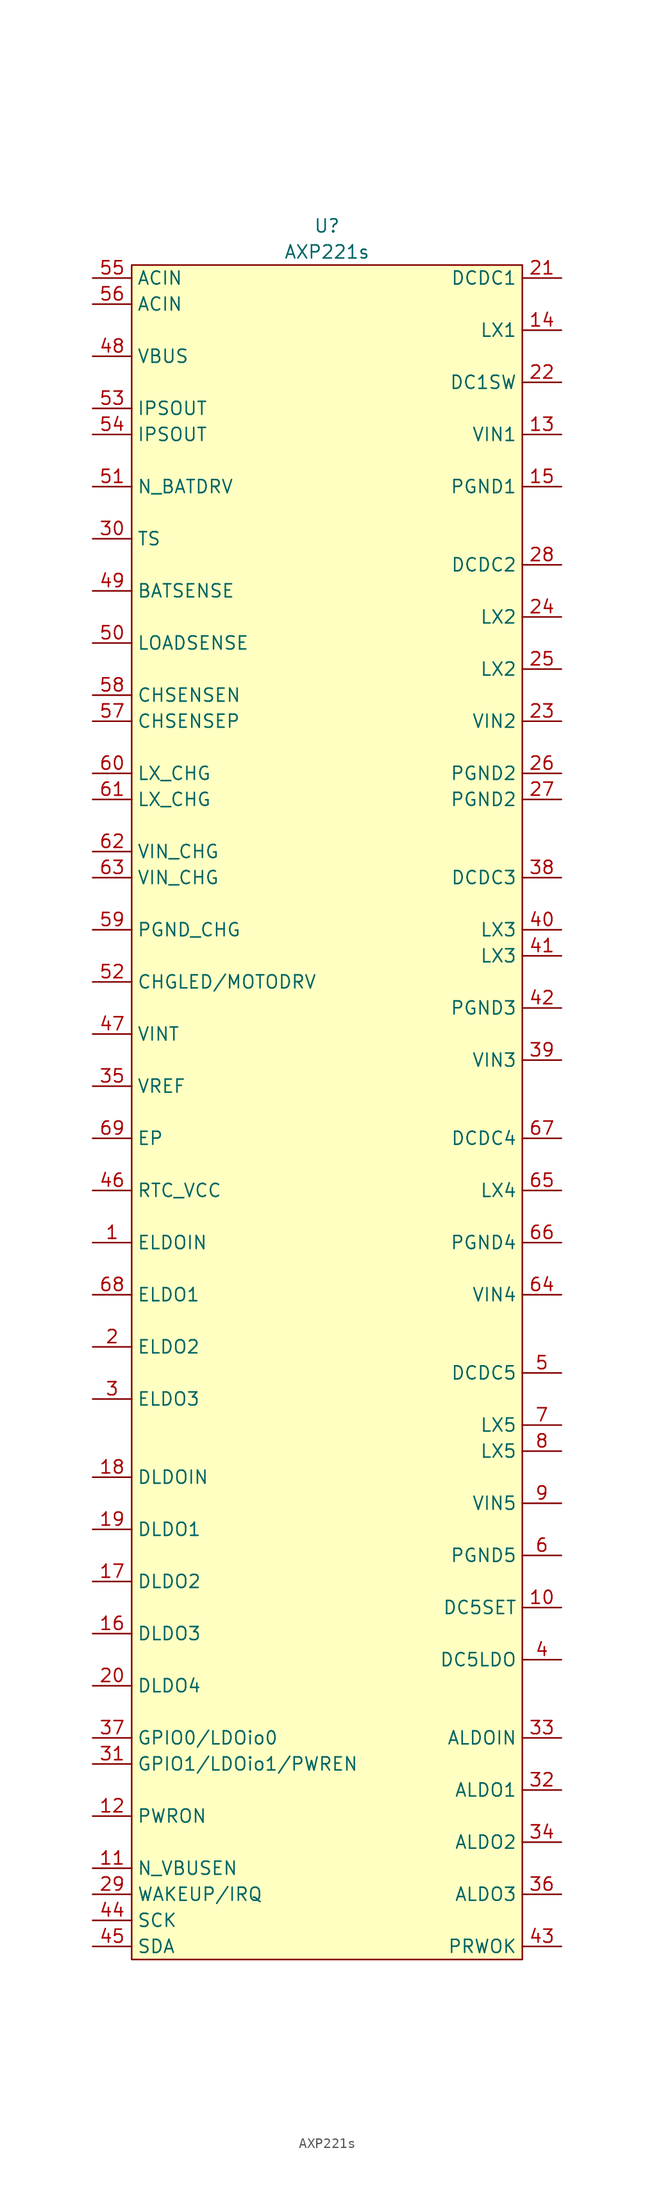
<source format=kicad_sym>
(kicad_symbol_lib
  (version 20220914)
  (generator kicad_symbol_editor)
  (symbol "AXP221s"
    (property "Reference" "U"
      (at 0 86.36 0)
      (effects (font (size 1.27 1.27))))
    (property "Value" "AXP221s"
      (at 0 83.82 0)
      (effects (font (size 1.27 1.27))))
    (symbol "AXP221s_0_0"
      (pin unspecified line (at -22.86 -12.7 0) (length 3.81) (name "ELDOIN" (effects (font (size 1.27 1.27)))) (number "1" (effects (font (size 1.27 1.27)))))
      (pin unspecified line (at 22.86 -48.26 180) (length 3.81) (name "DC5SET" (effects (font (size 1.27 1.27)))) (number "10" (effects (font (size 1.27 1.27)))))
      (pin unspecified line (at -22.86 -73.66 0) (length 3.81) (name "N_VBUSEN" (effects (font (size 1.27 1.27)))) (number "11" (effects (font (size 1.27 1.27)))))
      (pin unspecified line (at -22.86 -68.58 0) (length 3.81) (name "PWRON" (effects (font (size 1.27 1.27)))) (number "12" (effects (font (size 1.27 1.27)))))
      (pin unspecified line (at 22.86 66.04 180) (length 3.81) (name "VIN1" (effects (font (size 1.27 1.27)))) (number "13" (effects (font (size 1.27 1.27)))))
      (pin unspecified line (at 22.86 76.2 180) (length 3.81) (name "LX1" (effects (font (size 1.27 1.27)))) (number "14" (effects (font (size 1.27 1.27)))))
      (pin power_in line (at 22.86 60.96 180) (length 3.81) (name "PGND1" (effects (font (size 1.27 1.27)))) (number "15" (effects (font (size 1.27 1.27)))))
      (pin unspecified line (at -22.86 -50.8 0) (length 3.81) (name "DLDO3" (effects (font (size 1.27 1.27)))) (number "16" (effects (font (size 1.27 1.27)))))
      (pin unspecified line (at -22.86 -45.72 0) (length 3.81) (name "DLDO2" (effects (font (size 1.27 1.27)))) (number "17" (effects (font (size 1.27 1.27)))))
      (pin unspecified line (at -22.86 -35.56 0) (length 3.81) (name "DLDOIN" (effects (font (size 1.27 1.27)))) (number "18" (effects (font (size 1.27 1.27)))))
      (pin unspecified line (at -22.86 -40.64 0) (length 3.81) (name "DLDO1" (effects (font (size 1.27 1.27)))) (number "19" (effects (font (size 1.27 1.27)))))
      (pin unspecified line (at -22.86 -22.86 0) (length 3.81) (name "ELDO2" (effects (font (size 1.27 1.27)))) (number "2" (effects (font (size 1.27 1.27)))))
      (pin unspecified line (at -22.86 -55.88 0) (length 3.81) (name "DLDO4" (effects (font (size 1.27 1.27)))) (number "20" (effects (font (size 1.27 1.27)))))
      (pin unspecified line (at 22.86 81.28 180) (length 3.81) (name "DCDC1" (effects (font (size 1.27 1.27)))) (number "21" (effects (font (size 1.27 1.27)))))
      (pin unspecified line (at 22.86 71.12 180) (length 3.81) (name "DC1SW" (effects (font (size 1.27 1.27)))) (number "22" (effects (font (size 1.27 1.27)))))
      (pin unspecified line (at 22.86 38.1 180) (length 3.81) (name "VIN2" (effects (font (size 1.27 1.27)))) (number "23" (effects (font (size 1.27 1.27)))))
      (pin unspecified line (at 22.86 48.26 180) (length 3.81) (name "LX2" (effects (font (size 1.27 1.27)))) (number "24" (effects (font (size 1.27 1.27)))))
      (pin unspecified line (at 22.86 43.18 180) (length 3.81) (name "LX2" (effects (font (size 1.27 1.27)))) (number "25" (effects (font (size 1.27 1.27)))))
      (pin power_in line (at 22.86 33.02 180) (length 3.81) (name "PGND2" (effects (font (size 1.27 1.27)))) (number "26" (effects (font (size 1.27 1.27)))))
      (pin power_in line (at 22.86 30.48 180) (length 3.81) (name "PGND2" (effects (font (size 1.27 1.27)))) (number "27" (effects (font (size 1.27 1.27)))))
      (pin unspecified line (at 22.86 53.34 180) (length 3.81) (name "DCDC2" (effects (font (size 1.27 1.27)))) (number "28" (effects (font (size 1.27 1.27)))))
      (pin unspecified line (at -22.86 -76.2 0) (length 3.81) (name "WAKEUP/IRQ" (effects (font (size 1.27 1.27)))) (number "29" (effects (font (size 1.27 1.27)))))
      (pin unspecified line (at -22.86 -27.94 0) (length 3.81) (name "ELDO3" (effects (font (size 1.27 1.27)))) (number "3" (effects (font (size 1.27 1.27)))))
      (pin unspecified line (at -22.86 55.88 0) (length 3.81) (name "TS" (effects (font (size 1.27 1.27)))) (number "30" (effects (font (size 1.27 1.27)))))
      (pin unspecified line (at -22.86 -63.5 0) (length 3.81) (name "GPIO1/LDOio1/PWREN" (effects (font (size 1.27 1.27)))) (number "31" (effects (font (size 1.27 1.27)))))
      (pin power_out line (at 22.86 -66.04 180) (length 3.81) (name "ALDO1" (effects (font (size 1.27 1.27)))) (number "32" (effects (font (size 1.27 1.27)))))
      (pin unspecified line (at 22.86 -60.96 180) (length 3.81) (name "ALDOIN" (effects (font (size 1.27 1.27)))) (number "33" (effects (font (size 1.27 1.27)))))
      (pin power_out line (at 22.86 -71.12 180) (length 3.81) (name "ALDO2" (effects (font (size 1.27 1.27)))) (number "34" (effects (font (size 1.27 1.27)))))
      (pin unspecified line (at -22.86 2.54 0) (length 3.81) (name "VREF" (effects (font (size 1.27 1.27)))) (number "35" (effects (font (size 1.27 1.27)))))
      (pin power_out line (at 22.86 -76.2 180) (length 3.81) (name "ALDO3" (effects (font (size 1.27 1.27)))) (number "36" (effects (font (size 1.27 1.27)))))
      (pin unspecified line (at -22.86 -60.96 0) (length 3.81) (name "GPIO0/LDOio0" (effects (font (size 1.27 1.27)))) (number "37" (effects (font (size 1.27 1.27)))))
      (pin unspecified line (at 22.86 22.86 180) (length 3.81) (name "DCDC3" (effects (font (size 1.27 1.27)))) (number "38" (effects (font (size 1.27 1.27)))))
      (pin unspecified line (at 22.86 5.08 180) (length 3.81) (name "VIN3" (effects (font (size 1.27 1.27)))) (number "39" (effects (font (size 1.27 1.27)))))
      (pin unspecified line (at 22.86 -53.34 180) (length 3.81) (name "DC5LDO" (effects (font (size 1.27 1.27)))) (number "4" (effects (font (size 1.27 1.27)))))
      (pin unspecified line (at 22.86 17.78 180) (length 3.81) (name "LX3" (effects (font (size 1.27 1.27)))) (number "40" (effects (font (size 1.27 1.27)))))
      (pin unspecified line (at 22.86 15.24 180) (length 3.81) (name "LX3" (effects (font (size 1.27 1.27)))) (number "41" (effects (font (size 1.27 1.27)))))
      (pin power_in line (at 22.86 10.16 180) (length 3.81) (name "PGND3" (effects (font (size 1.27 1.27)))) (number "42" (effects (font (size 1.27 1.27)))))
      (pin unspecified line (at 22.86 -81.28 180) (length 3.81) (name "PRWOK" (effects (font (size 1.27 1.27)))) (number "43" (effects (font (size 1.27 1.27)))))
      (pin unspecified line (at -22.86 -78.74 0) (length 3.81) (name "SCK" (effects (font (size 1.27 1.27)))) (number "44" (effects (font (size 1.27 1.27)))))
      (pin unspecified line (at -22.86 -81.28 0) (length 3.81) (name "SDA" (effects (font (size 1.27 1.27)))) (number "45" (effects (font (size 1.27 1.27)))))
      (pin unspecified line (at -22.86 -7.62 0) (length 3.81) (name "RTC_VCC" (effects (font (size 1.27 1.27)))) (number "46" (effects (font (size 1.27 1.27)))))
      (pin unspecified line (at -22.86 7.62 0) (length 3.81) (name "VINT" (effects (font (size 1.27 1.27)))) (number "47" (effects (font (size 1.27 1.27)))))
      (pin unspecified line (at -22.86 73.66 0) (length 3.81) (name "VBUS" (effects (font (size 1.27 1.27)))) (number "48" (effects (font (size 1.27 1.27)))))
      (pin unspecified line (at -22.86 50.8 0) (length 3.81) (name "BATSENSE" (effects (font (size 1.27 1.27)))) (number "49" (effects (font (size 1.27 1.27)))))
      (pin unspecified line (at 22.86 -25.4 180) (length 3.81) (name "DCDC5" (effects (font (size 1.27 1.27)))) (number "5" (effects (font (size 1.27 1.27)))))
      (pin unspecified line (at -22.86 45.72 0) (length 3.81) (name "LOADSENSE" (effects (font (size 1.27 1.27)))) (number "50" (effects (font (size 1.27 1.27)))))
      (pin unspecified line (at -22.86 60.96 0) (length 3.81) (name "N_BATDRV" (effects (font (size 1.27 1.27)))) (number "51" (effects (font (size 1.27 1.27)))))
      (pin unspecified line (at -22.86 12.7 0) (length 3.81) (name "CHGLED/MOTODRV" (effects (font (size 1.27 1.27)))) (number "52" (effects (font (size 1.27 1.27)))))
      (pin unspecified line (at -22.86 68.58 0) (length 3.81) (name "IPSOUT" (effects (font (size 1.27 1.27)))) (number "53" (effects (font (size 1.27 1.27)))))
      (pin unspecified line (at -22.86 66.04 0) (length 3.81) (name "IPSOUT" (effects (font (size 1.27 1.27)))) (number "54" (effects (font (size 1.27 1.27)))))
      (pin power_in line (at -22.86 81.28 0) (length 3.81) (name "ACIN" (effects (font (size 1.27 1.27)))) (number "55" (effects (font (size 1.27 1.27)))))
      (pin power_in line (at -22.86 78.74 0) (length 3.81) (name "ACIN" (effects (font (size 1.27 1.27)))) (number "56" (effects (font (size 1.27 1.27)))))
      (pin unspecified line (at -22.86 38.1 0) (length 3.81) (name "CHSENSEP" (effects (font (size 1.27 1.27)))) (number "57" (effects (font (size 1.27 1.27)))))
      (pin unspecified line (at -22.86 40.64 0) (length 3.81) (name "CHSENSEN" (effects (font (size 1.27 1.27)))) (number "58" (effects (font (size 1.27 1.27)))))
      (pin power_in line (at -22.86 17.78 0) (length 3.81) (name "PGND_CHG" (effects (font (size 1.27 1.27)))) (number "59" (effects (font (size 1.27 1.27)))))
      (pin power_in line (at 22.86 -43.18 180) (length 3.81) (name "PGND5" (effects (font (size 1.27 1.27)))) (number "6" (effects (font (size 1.27 1.27)))))
      (pin unspecified line (at -22.86 33.02 0) (length 3.81) (name "LX_CHG" (effects (font (size 1.27 1.27)))) (number "60" (effects (font (size 1.27 1.27)))))
      (pin unspecified line (at -22.86 30.48 0) (length 3.81) (name "LX_CHG" (effects (font (size 1.27 1.27)))) (number "61" (effects (font (size 1.27 1.27)))))
      (pin unspecified line (at -22.86 25.4 0) (length 3.81) (name "VIN_CHG" (effects (font (size 1.27 1.27)))) (number "62" (effects (font (size 1.27 1.27)))))
      (pin unspecified line (at -22.86 22.86 0) (length 3.81) (name "VIN_CHG" (effects (font (size 1.27 1.27)))) (number "63" (effects (font (size 1.27 1.27)))))
      (pin unspecified line (at 22.86 -17.78 180) (length 3.81) (name "VIN4" (effects (font (size 1.27 1.27)))) (number "64" (effects (font (size 1.27 1.27)))))
      (pin unspecified line (at 22.86 -7.62 180) (length 3.81) (name "LX4" (effects (font (size 1.27 1.27)))) (number "65" (effects (font (size 1.27 1.27)))))
      (pin power_in line (at 22.86 -12.7 180) (length 3.81) (name "PGND4" (effects (font (size 1.27 1.27)))) (number "66" (effects (font (size 1.27 1.27)))))
      (pin unspecified line (at 22.86 -2.54 180) (length 3.81) (name "DCDC4" (effects (font (size 1.27 1.27)))) (number "67" (effects (font (size 1.27 1.27)))))
      (pin unspecified line (at -22.86 -17.78 0) (length 3.81) (name "ELDO1" (effects (font (size 1.27 1.27)))) (number "68" (effects (font (size 1.27 1.27)))))
      (pin unspecified line (at -22.86 -2.54 0) (length 3.81) (name "EP" (effects (font (size 1.27 1.27)))) (number "69" (effects (font (size 1.27 1.27)))))
      (pin unspecified line (at 22.86 -30.48 180) (length 3.81) (name "LX5" (effects (font (size 1.27 1.27)))) (number "7" (effects (font (size 1.27 1.27)))))
      (pin unspecified line (at 22.86 -33.02 180) (length 3.81) (name "LX5" (effects (font (size 1.27 1.27)))) (number "8" (effects (font (size 1.27 1.27)))))
      (pin unspecified line (at 22.86 -38.1 180) (length 3.81) (name "VIN5" (effects (font (size 1.27 1.27)))) (number "9" (effects (font (size 1.27 1.27))))))
    (symbol "AXP221s_0_1"
      (rectangle (start -19.05 82.55) (end 19.05 -82.55) (stroke (width 0) (type default)) (fill (type background))))))
</source>
